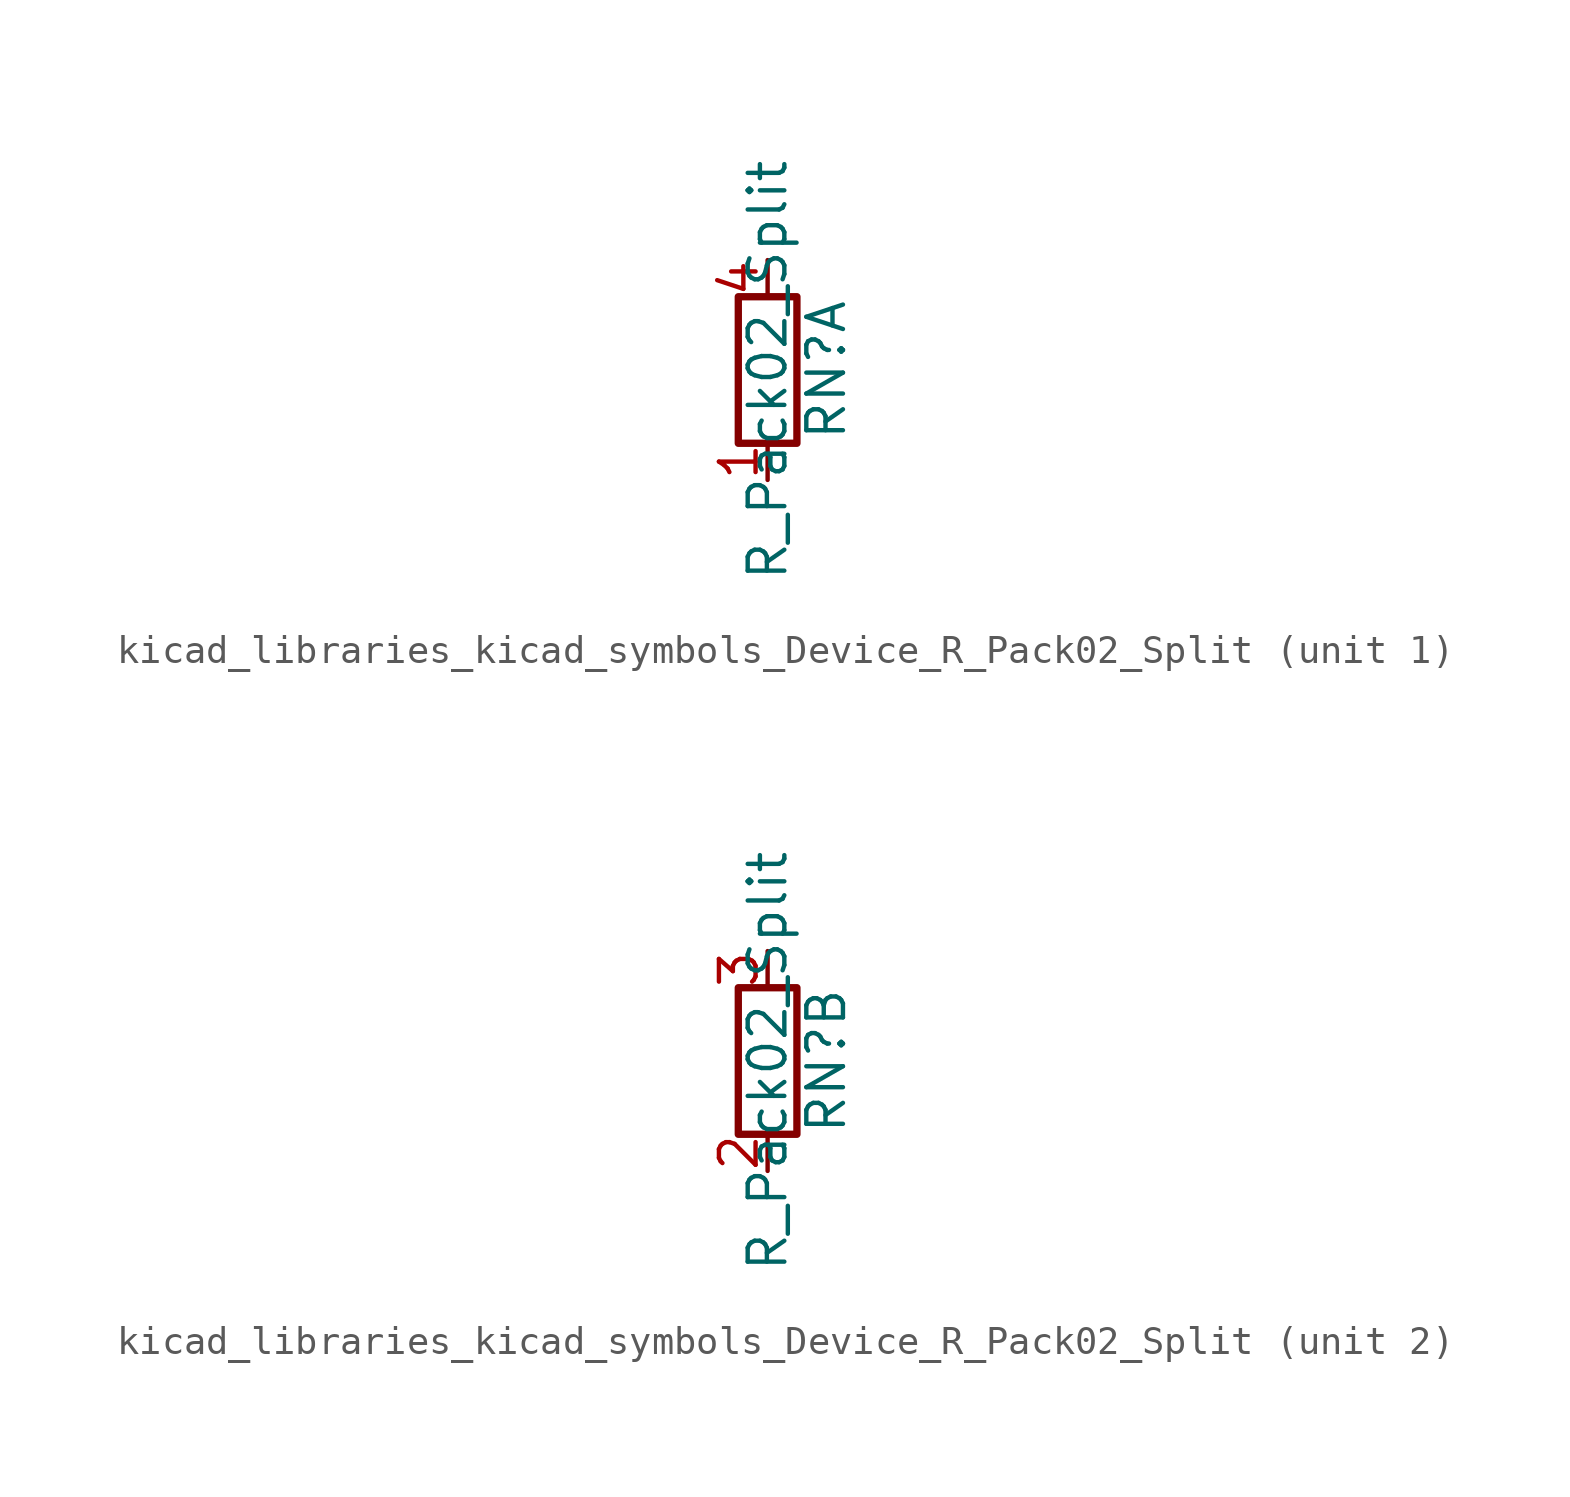
<source format=kicad_sym>
(kicad_symbol_lib
  (version 20220914)
  (generator kicad_symbol_editor)
  (symbol "kicad_libraries_kicad_symbols_Device_R_Pack02_Split"
    (pin_names
      (offset 0) hide)
    (property "Reference" "RN"
      (at 2.032 0 90)
      (effects (font (size 1.27 1.27))))
    (property "Value" "R_Pack02_Split"
      (at 0 0 90)
      (effects (font (size 1.27 1.27))))
    (symbol "kicad_libraries_kicad_symbols_Device_R_Pack02_Split_0_1"
      (rectangle (start 1.016 2.54) (end -1.016 -2.54) (stroke (width 0.254) (type default)) (fill (type none))))
    (symbol "kicad_libraries_kicad_symbols_Device_R_Pack02_Split_1_1"
      (pin passive line (at 0 -3.81 90) (length 1.27) (name "R1.1" (effects (font (size 1.27 1.27)))) (number "1" (effects (font (size 1.27 1.27)))))
      (pin passive line (at 0 3.81 270) (length 1.27) (name "R1.2" (effects (font (size 1.27 1.27)))) (number "4" (effects (font (size 1.27 1.27))))))
    (symbol "kicad_libraries_kicad_symbols_Device_R_Pack02_Split_2_1"
      (pin passive line (at 0 -3.81 90) (length 1.27) (name "R2.1" (effects (font (size 1.27 1.27)))) (number "2" (effects (font (size 1.27 1.27)))))
      (pin passive line (at 0 3.81 270) (length 1.27) (name "R2.2" (effects (font (size 1.27 1.27)))) (number "3" (effects (font (size 1.27 1.27))))))))
</source>
